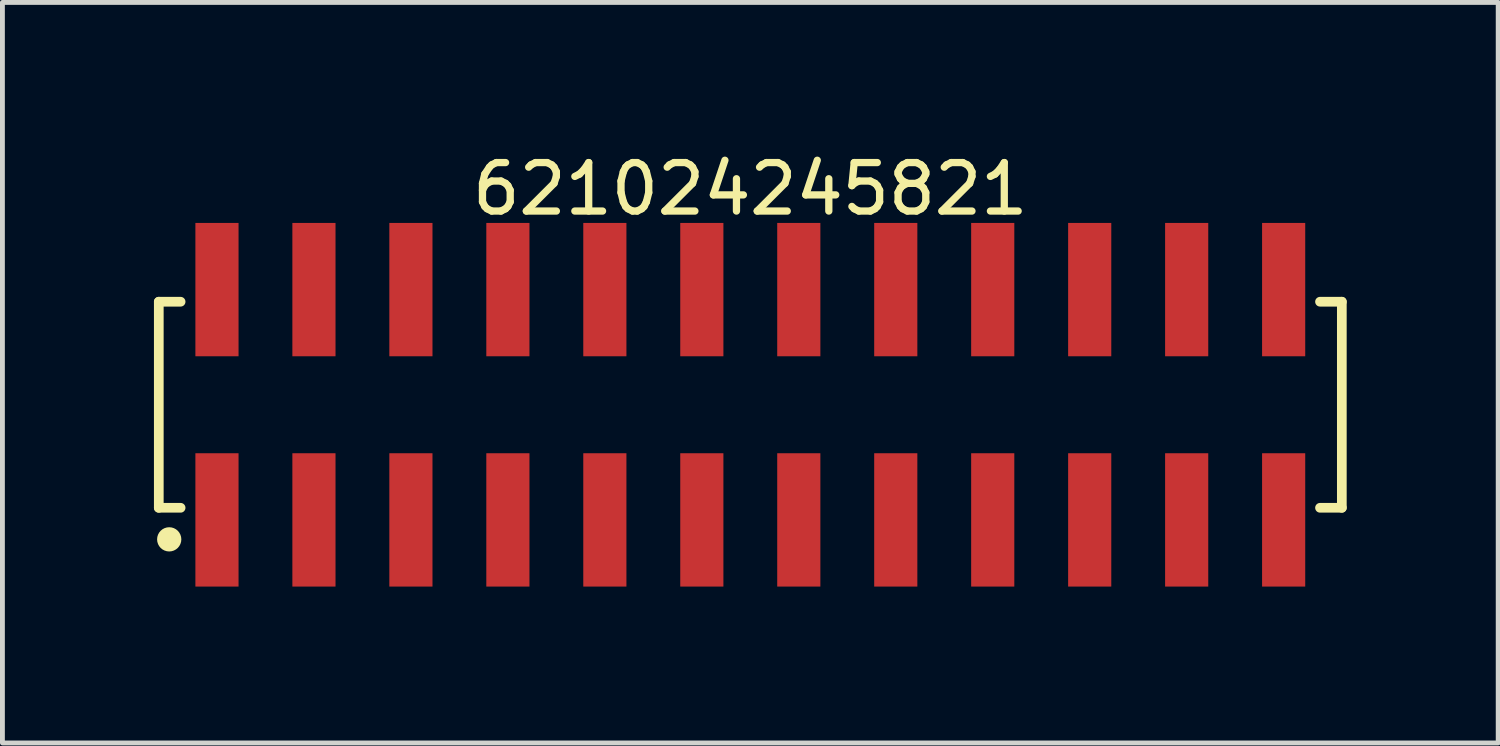
<source format=kicad_pcb>
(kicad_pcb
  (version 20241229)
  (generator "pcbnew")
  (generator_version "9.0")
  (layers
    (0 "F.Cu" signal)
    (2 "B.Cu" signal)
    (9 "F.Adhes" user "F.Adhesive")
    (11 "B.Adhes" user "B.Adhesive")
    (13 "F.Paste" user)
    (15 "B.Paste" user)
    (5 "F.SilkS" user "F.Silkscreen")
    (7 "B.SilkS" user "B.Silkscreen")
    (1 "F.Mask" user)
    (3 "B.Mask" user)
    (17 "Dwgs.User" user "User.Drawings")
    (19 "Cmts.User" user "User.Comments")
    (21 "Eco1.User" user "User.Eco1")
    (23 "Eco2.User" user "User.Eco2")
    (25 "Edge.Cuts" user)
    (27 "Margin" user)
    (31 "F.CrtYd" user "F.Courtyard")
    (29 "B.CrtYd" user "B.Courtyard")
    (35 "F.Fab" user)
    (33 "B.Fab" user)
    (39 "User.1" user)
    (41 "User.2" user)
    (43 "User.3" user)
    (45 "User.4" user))
  (footprint "621024245821"
    (layer "F.Cu")
    (at 12.425 5.298)
    (property "Reference" "621024245821" (at 0 -4.45 0) (layer "F.SilkS") (effects (font (size 1 1) (thickness 0.15))))
    (fp_line (start -12.2 -2.125) (end -11.75 -2.125) (stroke (width 0.2) (type solid)) (layer "F.SilkS"))
    (fp_line (start -12.2 2.125) (end -12.2 -2.125) (stroke (width 0.2) (type solid)) (layer "F.SilkS"))
    (fp_line (start -12.2 2.125) (end -11.75 2.125) (stroke (width 0.2) (type solid)) (layer "F.SilkS"))
    (fp_line (start 11.75 -2.125) (end 12.2 -2.125) (stroke (width 0.2) (type solid)) (layer "F.SilkS"))
    (fp_line (start 11.75 2.125) (end 12.2 2.125) (stroke (width 0.2) (type solid)) (layer "F.SilkS"))
    (fp_line (start 12.2 2.125) (end 12.2 -2.125) (stroke (width 0.2) (type solid)) (layer "F.SilkS"))
    (fp_circle (center -11.985 2.776) (end -11.985 2.651) (stroke (width 0.25) (type solid)) (fill no) (layer "F.SilkS"))
    (fp_line (start -12.4 -3.95) (end 12.4 -3.95) (stroke (width 0.05) (type solid)) (layer "Eco2.User"))
    (fp_line (start -12.4 3.95) (end -12.4 -3.95) (stroke (width 0.05) (type solid)) (layer "Eco2.User"))
    (fp_line (start -12.4 3.95) (end 12.4 3.95) (stroke (width 0.05) (type solid)) (layer "Eco2.User"))
    (fp_line (start -12 -2) (end 12 -2) (stroke (width 0.1) (type solid)) (layer "Eco2.User"))
    (fp_line (start -12 2) (end -12 -2) (stroke (width 0.1) (type solid)) (layer "Eco2.User"))
    (fp_line (start -12 2) (end 12 2) (stroke (width 0.1) (type solid)) (layer "Eco2.User"))
    (fp_line (start -11.25 -3.1) (end -10.75 -3.1) (stroke (width 0.1) (type solid)) (layer "Eco2.User"))
    (fp_line (start -11.25 -2) (end -11.25 -3.1) (stroke (width 0.1) (type solid)) (layer "Eco2.User"))
    (fp_line (start -11.25 3.1) (end -11.25 2) (stroke (width 0.1) (type solid)) (layer "Eco2.User"))
    (fp_line (start -11.25 3.1) (end -10.75 3.1) (stroke (width 0.1) (type solid)) (layer "Eco2.User"))
    (fp_line (start -10.75 -2) (end -10.75 -3.1) (stroke (width 0.1) (type solid)) (layer "Eco2.User"))
    (fp_line (start -10.75 3.1) (end -10.75 2) (stroke (width 0.1) (type solid)) (layer "Eco2.User"))
    (fp_line (start -9.25 -3.1) (end -8.75 -3.1) (stroke (width 0.1) (type solid)) (layer "Eco2.User"))
    (fp_line (start -9.25 -2) (end -9.25 -3.1) (stroke (width 0.1) (type solid)) (layer "Eco2.User"))
    (fp_line (start -9.25 3.1) (end -9.25 2) (stroke (width 0.1) (type solid)) (layer "Eco2.User"))
    (fp_line (start -9.25 3.1) (end -8.75 3.1) (stroke (width 0.1) (type solid)) (layer "Eco2.User"))
    (fp_line (start -8.75 -2) (end -8.75 -3.1) (stroke (width 0.1) (type solid)) (layer "Eco2.User"))
    (fp_line (start -8.75 3.1) (end -8.75 2) (stroke (width 0.1) (type solid)) (layer "Eco2.User"))
    (fp_line (start -7.25 -3.1) (end -6.75 -3.1) (stroke (width 0.1) (type solid)) (layer "Eco2.User"))
    (fp_line (start -7.25 -2) (end -7.25 -3.1) (stroke (width 0.1) (type solid)) (layer "Eco2.User"))
    (fp_line (start -7.25 3.1) (end -7.25 2) (stroke (width 0.1) (type solid)) (layer "Eco2.User"))
    (fp_line (start -7.25 3.1) (end -6.75 3.1) (stroke (width 0.1) (type solid)) (layer "Eco2.User"))
    (fp_line (start -6.75 -2) (end -6.75 -3.1) (stroke (width 0.1) (type solid)) (layer "Eco2.User"))
    (fp_line (start -6.75 3.1) (end -6.75 2) (stroke (width 0.1) (type solid)) (layer "Eco2.User"))
    (fp_line (start -5.25 -3.1) (end -4.75 -3.1) (stroke (width 0.1) (type solid)) (layer "Eco2.User"))
    (fp_line (start -5.25 -2) (end -5.25 -3.1) (stroke (width 0.1) (type solid)) (layer "Eco2.User"))
    (fp_line (start -5.25 3.1) (end -5.25 2) (stroke (width 0.1) (type solid)) (layer "Eco2.User"))
    (fp_line (start -5.25 3.1) (end -4.75 3.1) (stroke (width 0.1) (type solid)) (layer "Eco2.User"))
    (fp_line (start -4.75 -2) (end -4.75 -3.1) (stroke (width 0.1) (type solid)) (layer "Eco2.User"))
    (fp_line (start -4.75 3.1) (end -4.75 2) (stroke (width 0.1) (type solid)) (layer "Eco2.User"))
    (fp_line (start -3.25 -3.1) (end -2.75 -3.1) (stroke (width 0.1) (type solid)) (layer "Eco2.User"))
    (fp_line (start -3.25 -2) (end -3.25 -3.1) (stroke (width 0.1) (type solid)) (layer "Eco2.User"))
    (fp_line (start -3.25 3.1) (end -3.25 2) (stroke (width 0.1) (type solid)) (layer "Eco2.User"))
    (fp_line (start -3.25 3.1) (end -2.75 3.1) (stroke (width 0.1) (type solid)) (layer "Eco2.User"))
    (fp_line (start -2.75 -2) (end -2.75 -3.1) (stroke (width 0.1) (type solid)) (layer "Eco2.User"))
    (fp_line (start -2.75 3.1) (end -2.75 2) (stroke (width 0.1) (type solid)) (layer "Eco2.User"))
    (fp_line (start -1.25 -3.1) (end -0.75 -3.1) (stroke (width 0.1) (type solid)) (layer "Eco2.User"))
    (fp_line (start -1.25 -2) (end -1.25 -3.1) (stroke (width 0.1) (type solid)) (layer "Eco2.User"))
    (fp_line (start -1.25 3.1) (end -1.25 2) (stroke (width 0.1) (type solid)) (layer "Eco2.User"))
    (fp_line (start -1.25 3.1) (end -0.75 3.1) (stroke (width 0.1) (type solid)) (layer "Eco2.User"))
    (fp_line (start -0.75 -2) (end -0.75 -3.1) (stroke (width 0.1) (type solid)) (layer "Eco2.User"))
    (fp_line (start -0.75 3.1) (end -0.75 2) (stroke (width 0.1) (type solid)) (layer "Eco2.User"))
    (fp_line (start -0.5 0) (end 0.5 0) (stroke (width 0.05) (type solid)) (layer "Eco2.User"))
    (fp_line (start 0 0.5) (end 0 -0.5) (stroke (width 0.05) (type solid)) (layer "Eco2.User"))
    (fp_line (start 0.75 -3.1) (end 1.25 -3.1) (stroke (width 0.1) (type solid)) (layer "Eco2.User"))
    (fp_line (start 0.75 -2) (end 0.75 -3.1) (stroke (width 0.1) (type solid)) (layer "Eco2.User"))
    (fp_line (start 0.75 3.1) (end 0.75 2) (stroke (width 0.1) (type solid)) (layer "Eco2.User"))
    (fp_line (start 0.75 3.1) (end 1.25 3.1) (stroke (width 0.1) (type solid)) (layer "Eco2.User"))
    (fp_line (start 1.25 -2) (end 1.25 -3.1) (stroke (width 0.1) (type solid)) (layer "Eco2.User"))
    (fp_line (start 1.25 3.1) (end 1.25 2) (stroke (width 0.1) (type solid)) (layer "Eco2.User"))
    (fp_line (start 2.75 -3.1) (end 3.25 -3.1) (stroke (width 0.1) (type solid)) (layer "Eco2.User"))
    (fp_line (start 2.75 -2) (end 2.75 -3.1) (stroke (width 0.1) (type solid)) (layer "Eco2.User"))
    (fp_line (start 2.75 3.1) (end 2.75 2) (stroke (width 0.1) (type solid)) (layer "Eco2.User"))
    (fp_line (start 2.75 3.1) (end 3.25 3.1) (stroke (width 0.1) (type solid)) (layer "Eco2.User"))
    (fp_line (start 3.25 -2) (end 3.25 -3.1) (stroke (width 0.1) (type solid)) (layer "Eco2.User"))
    (fp_line (start 3.25 3.1) (end 3.25 2) (stroke (width 0.1) (type solid)) (layer "Eco2.User"))
    (fp_line (start 4.75 -3.1) (end 5.25 -3.1) (stroke (width 0.1) (type solid)) (layer "Eco2.User"))
    (fp_line (start 4.75 -2) (end 4.75 -3.1) (stroke (width 0.1) (type solid)) (layer "Eco2.User"))
    (fp_line (start 4.75 3.1) (end 4.75 2) (stroke (width 0.1) (type solid)) (layer "Eco2.User"))
    (fp_line (start 4.75 3.1) (end 5.25 3.1) (stroke (width 0.1) (type solid)) (layer "Eco2.User"))
    (fp_line (start 5.25 -2) (end 5.25 -3.1) (stroke (width 0.1) (type solid)) (layer "Eco2.User"))
    (fp_line (start 5.25 3.1) (end 5.25 2) (stroke (width 0.1) (type solid)) (layer "Eco2.User"))
    (fp_line (start 6.75 -3.1) (end 7.25 -3.1) (stroke (width 0.1) (type solid)) (layer "Eco2.User"))
    (fp_line (start 6.75 -2) (end 6.75 -3.1) (stroke (width 0.1) (type solid)) (layer "Eco2.User"))
    (fp_line (start 6.75 3.1) (end 6.75 2) (stroke (width 0.1) (type solid)) (layer "Eco2.User"))
    (fp_line (start 6.75 3.1) (end 7.25 3.1) (stroke (width 0.1) (type solid)) (layer "Eco2.User"))
    (fp_line (start 7.25 -2) (end 7.25 -3.1) (stroke (width 0.1) (type solid)) (layer "Eco2.User"))
    (fp_line (start 7.25 3.1) (end 7.25 2) (stroke (width 0.1) (type solid)) (layer "Eco2.User"))
    (fp_line (start 8.75 -3.1) (end 9.25 -3.1) (stroke (width 0.1) (type solid)) (layer "Eco2.User"))
    (fp_line (start 8.75 -2) (end 8.75 -3.1) (stroke (width 0.1) (type solid)) (layer "Eco2.User"))
    (fp_line (start 8.75 3.1) (end 8.75 2) (stroke (width 0.1) (type solid)) (layer "Eco2.User"))
    (fp_line (start 8.75 3.1) (end 9.25 3.1) (stroke (width 0.1) (type solid)) (layer "Eco2.User"))
    (fp_line (start 9.25 -2) (end 9.25 -3.1) (stroke (width 0.1) (type solid)) (layer "Eco2.User"))
    (fp_line (start 9.25 3.1) (end 9.25 2) (stroke (width 0.1) (type solid)) (layer "Eco2.User"))
    (fp_line (start 10.75 -3.1) (end 11.25 -3.1) (stroke (width 0.1) (type solid)) (layer "Eco2.User"))
    (fp_line (start 10.75 -2) (end 10.75 -3.1) (stroke (width 0.1) (type solid)) (layer "Eco2.User"))
    (fp_line (start 10.75 3.1) (end 10.75 2) (stroke (width 0.1) (type solid)) (layer "Eco2.User"))
    (fp_line (start 10.75 3.1) (end 11.25 3.1) (stroke (width 0.1) (type solid)) (layer "Eco2.User"))
    (fp_line (start 11.25 -2) (end 11.25 -3.1) (stroke (width 0.1) (type solid)) (layer "Eco2.User"))
    (fp_line (start 11.25 3.1) (end 11.25 2) (stroke (width 0.1) (type solid)) (layer "Eco2.User"))
    (fp_line (start 12 2) (end 12 -2) (stroke (width 0.1) (type solid)) (layer "Eco2.User"))
    (fp_line (start 12.4 3.95) (end 12.4 -3.95) (stroke (width 0.05) (type solid)) (layer "Eco2.User"))
    (fp_text user "${REFERENCE}" (at 0.15 -0.197 0) (unlocked yes) (layer "User.3") (effects (font (size 1.5 1.5) (thickness 0.15))))
    (pad "1" smd rect (at -11 2.375) (size 0.89 2.75) (layers "F.Cu" "F.Mask" "F.Paste"))
    (pad "2" smd rect (at -11 -2.375) (size 0.89 2.75) (layers "F.Cu" "F.Mask" "F.Paste"))
    (pad "3" smd rect (at -9 2.375) (size 0.89 2.75) (layers "F.Cu" "F.Mask" "F.Paste"))
    (pad "4" smd rect (at -9 -2.375) (size 0.89 2.75) (layers "F.Cu" "F.Mask" "F.Paste"))
    (pad "5" smd rect (at -7 2.375) (size 0.89 2.75) (layers "F.Cu" "F.Mask" "F.Paste"))
    (pad "6" smd rect (at -7 -2.375) (size 0.89 2.75) (layers "F.Cu" "F.Mask" "F.Paste"))
    (pad "7" smd rect (at -5 2.375) (size 0.89 2.75) (layers "F.Cu" "F.Mask" "F.Paste"))
    (pad "8" smd rect (at -5 -2.375) (size 0.89 2.75) (layers "F.Cu" "F.Mask" "F.Paste"))
    (pad "9" smd rect (at -3 2.375) (size 0.89 2.75) (layers "F.Cu" "F.Mask" "F.Paste"))
    (pad "10" smd rect (at -3 -2.375) (size 0.89 2.75) (layers "F.Cu" "F.Mask" "F.Paste"))
    (pad "11" smd rect (at -1 2.375) (size 0.89 2.75) (layers "F.Cu" "F.Mask" "F.Paste"))
    (pad "12" smd rect (at -1 -2.375) (size 0.89 2.75) (layers "F.Cu" "F.Mask" "F.Paste"))
    (pad "13" smd rect (at 1 2.375) (size 0.89 2.75) (layers "F.Cu" "F.Mask" "F.Paste"))
    (pad "14" smd rect (at 1 -2.375) (size 0.89 2.75) (layers "F.Cu" "F.Mask" "F.Paste"))
    (pad "15" smd rect (at 3 2.375) (size 0.89 2.75) (layers "F.Cu" "F.Mask" "F.Paste"))
    (pad "16" smd rect (at 3 -2.375) (size 0.89 2.75) (layers "F.Cu" "F.Mask" "F.Paste"))
    (pad "17" smd rect (at 5 2.375) (size 0.89 2.75) (layers "F.Cu" "F.Mask" "F.Paste"))
    (pad "18" smd rect (at 5 -2.375) (size 0.89 2.75) (layers "F.Cu" "F.Mask" "F.Paste"))
    (pad "19" smd rect (at 7 2.375) (size 0.89 2.75) (layers "F.Cu" "F.Mask" "F.Paste"))
    (pad "20" smd rect (at 7 -2.375) (size 0.89 2.75) (layers "F.Cu" "F.Mask" "F.Paste"))
    (pad "21" smd rect (at 9 2.375) (size 0.89 2.75) (layers "F.Cu" "F.Mask" "F.Paste"))
    (pad "22" smd rect (at 9 -2.375) (size 0.89 2.75) (layers "F.Cu" "F.Mask" "F.Paste"))
    (pad "23" smd rect (at 11 2.375) (size 0.89 2.75) (layers "F.Cu" "F.Mask" "F.Paste"))
    (pad "24" smd rect (at 11 -2.375) (size 0.89 2.75) (layers "F.Cu" "F.Mask" "F.Paste")))
  (gr_rect
    (start -3 -3)
    (end 27.85 12.273)
    (stroke (width 0.1) (type default))
    (fill no)
    (layer "Edge.Cuts")))
</source>
